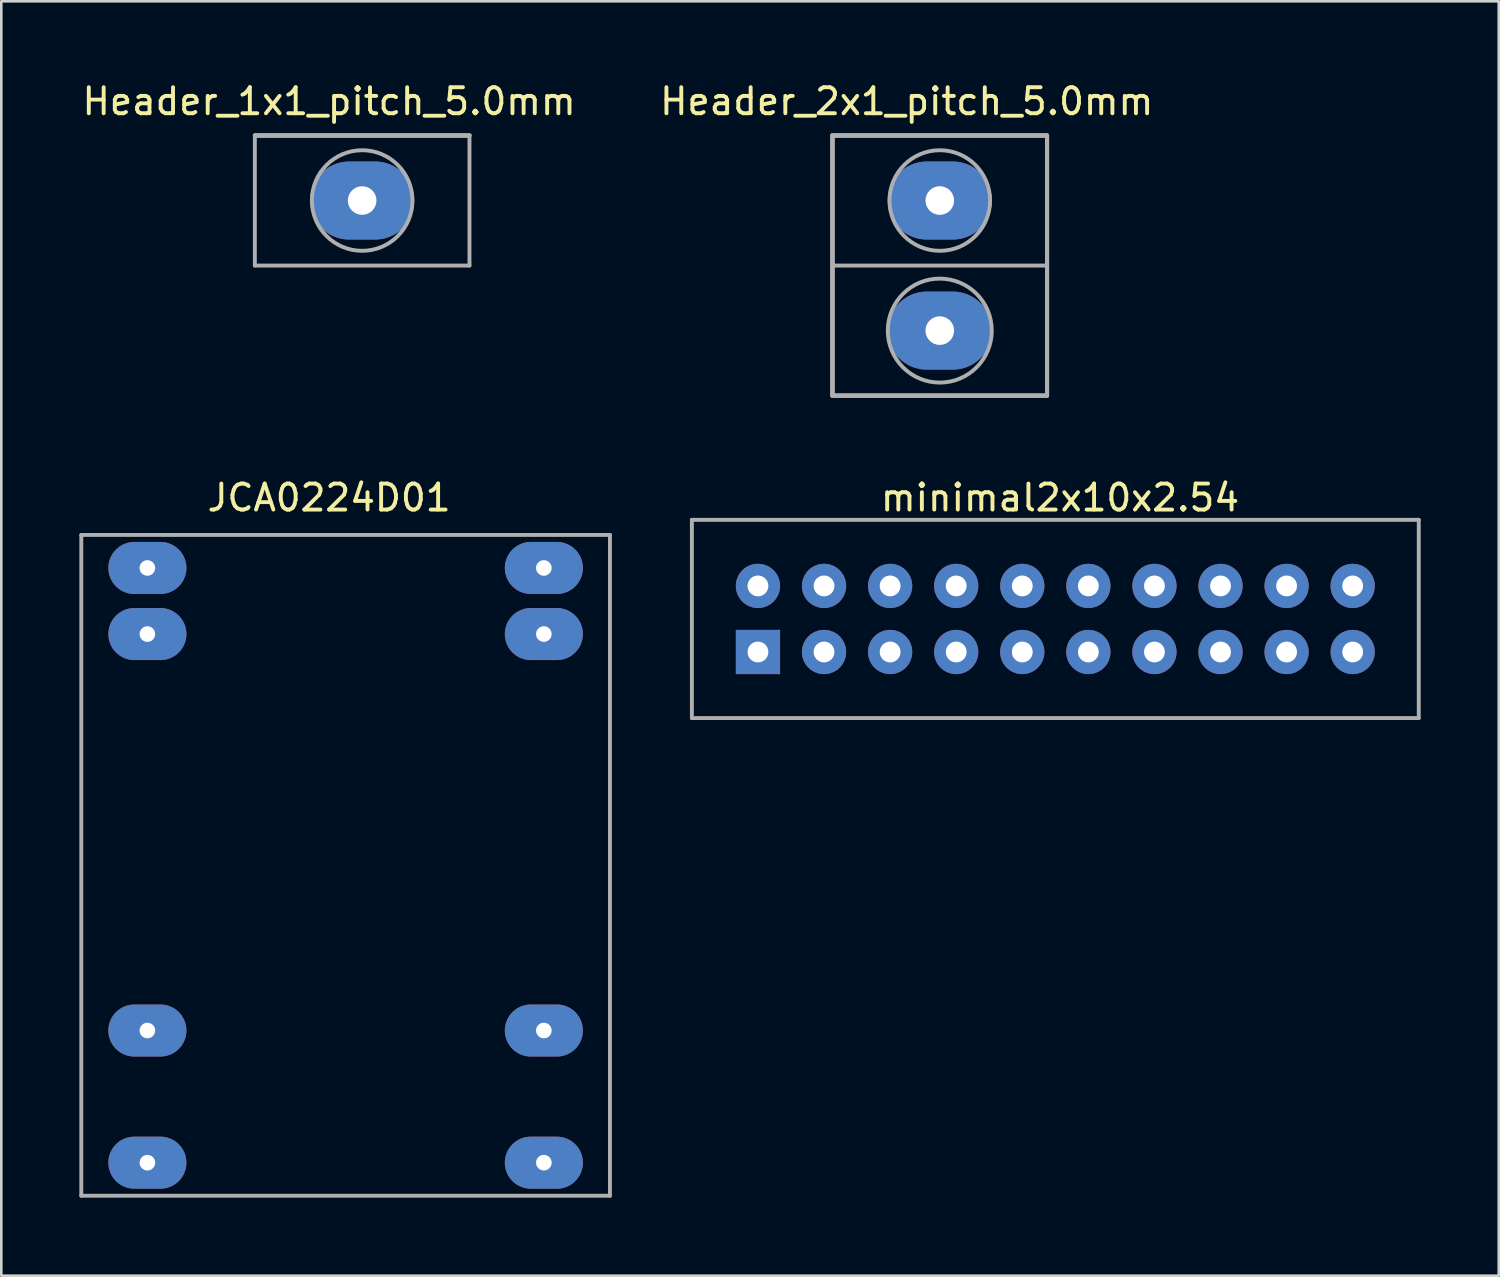
<source format=kicad_pcb>
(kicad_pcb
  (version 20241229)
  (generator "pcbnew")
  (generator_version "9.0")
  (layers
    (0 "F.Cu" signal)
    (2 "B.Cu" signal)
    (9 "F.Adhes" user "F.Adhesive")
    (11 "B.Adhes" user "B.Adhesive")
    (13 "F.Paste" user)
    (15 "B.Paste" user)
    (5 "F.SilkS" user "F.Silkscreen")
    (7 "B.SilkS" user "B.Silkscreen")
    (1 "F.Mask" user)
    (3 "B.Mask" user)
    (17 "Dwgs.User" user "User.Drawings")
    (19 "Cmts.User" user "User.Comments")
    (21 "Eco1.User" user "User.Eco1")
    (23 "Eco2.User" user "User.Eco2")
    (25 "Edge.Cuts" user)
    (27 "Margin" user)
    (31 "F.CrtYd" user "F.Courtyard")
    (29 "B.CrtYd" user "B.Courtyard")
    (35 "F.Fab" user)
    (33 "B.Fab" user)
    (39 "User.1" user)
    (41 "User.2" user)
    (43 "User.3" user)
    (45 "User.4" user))
  (footprint "JCA0224D01"
    (layer "F.Cu")
    (at 2.615 18.782)
    (property "Reference" "JCA0224D01" (at 6.985 -2.7 0) (layer "F.SilkS") (effects (font (size 1 1) (thickness 0.15))))
    (attr through_hole)
    (fp_line (start -2.54 -1.27) (end 17.78 -1.27) (stroke (width 0.15) (type solid)) (layer "F.Fab"))
    (fp_line (start -2.54 24.13) (end -2.54 -1.27) (stroke (width 0.15) (type solid)) (layer "F.Fab"))
    (fp_line (start 17.78 -1.27) (end 17.78 24.13) (stroke (width 0.15) (type solid)) (layer "F.Fab"))
    (fp_line (start 17.78 24.13) (end -2.54 24.13) (stroke (width 0.15) (type solid)) (layer "F.Fab"))
    (pad "2" thru_hole oval (at 0 0) (size 3 2) (drill 0.6) (layers "*.Cu" "*.Mask"))
    (pad "3" thru_hole oval (at 0 2.54) (size 3 2) (drill 0.6) (layers "*.Cu" "*.Mask"))
    (pad "9" thru_hole oval (at 0 17.78) (size 3 2) (drill 0.6) (layers "*.Cu" "*.Mask"))
    (pad "11" thru_hole oval (at 0 22.86) (size 3 2) (drill 0.6) (layers "*.Cu" "*.Mask"))
    (pad "14" thru_hole oval (at 15.24 22.86) (size 3 2) (drill 0.6) (layers "*.Cu" "*.Mask"))
    (pad "16" thru_hole oval (at 15.24 17.78) (size 3 2) (drill 0.6) (layers "*.Cu" "*.Mask"))
    (pad "22" thru_hole oval (at 15.24 2.54) (size 3 2) (drill 0.6) (layers "*.Cu" "*.Mask"))
    (pad "23" thru_hole oval (at 15.24 0) (size 3 2) (drill 0.6) (layers "*.Cu" "*.Mask")))
  (footprint "Header_1x1_pitch_5.0mm"
    (layer "F.Cu")
    (at 10.871 4.658)
    (property "Reference" "Header_1x1_pitch_5.0mm" (at -1.27 -3.81 0) (layer "F.SilkS") (effects (font (size 1 1) (thickness 0.15))))
    (attr through_hole)
    (fp_line (start -4.125 -2.5) (end 4.125 -2.5) (stroke (width 0.15) (type solid)) (layer "F.Fab"))
    (fp_line (start -4.125 -2.5) (end 4.125 -2.5) (stroke (width 0.15) (type solid)) (layer "F.Fab"))
    (fp_line (start -4.125 -2.5) (end 4.125 -2.5) (stroke (width 0.15) (type solid)) (layer "F.Fab"))
    (fp_line (start -4.125 -2.5) (end 4.125 -2.5) (stroke (width 0.15) (type solid)) (layer "F.Fab"))
    (fp_line (start -4.125 2.5) (end -4.125 -2.5) (stroke (width 0.15) (type solid)) (layer "F.Fab"))
    (fp_line (start -4.125 2.5) (end 4.125 2.5) (stroke (width 0.15) (type solid)) (layer "F.Fab"))
    (fp_line (start 4.125 -2.5) (end 4.125 2.5) (stroke (width 0.15) (type solid)) (layer "F.Fab"))
    (fp_circle (center 0 0) (end 1.25 -1.475) (stroke (width 0.15) (type solid)) (fill no) (layer "F.Fab"))
    (pad "1" thru_hole oval (at 0 0) (size 4 3) (drill 1.1) (layers "*.Cu" "*.Mask")))
  (footprint "minimal2x10x2.54"
    (layer "F.Cu")
    (at 26.085 22.012)
    (property "Reference" "minimal2x10x2.54" (at 11.61 -5.93 0) (layer "F.SilkS") (effects (font (size 1 1) (thickness 0.15))))
    (attr through_hole)
    (fp_line (start -2.54 -5.08) (end -2.54 2.54) (stroke (width 0.15) (type solid)) (layer "F.Fab"))
    (fp_line (start -2.54 2.54) (end 25.4 2.54) (stroke (width 0.15) (type solid)) (layer "F.Fab"))
    (fp_line (start 25.4 -5.08) (end -2.54 -5.08) (stroke (width 0.15) (type solid)) (layer "F.Fab"))
    (fp_line (start 25.4 2.54) (end 25.4 -5.08) (stroke (width 0.15) (type solid)) (layer "F.Fab"))
    (pad "1" thru_hole rect (at 0 0) (size 1.7 1.7) (drill 0.8) (layers "*.Cu" "*.Mask"))
    (pad "2" thru_hole circle (at 0 -2.54) (size 1.7 1.7) (drill 0.8) (layers "*.Cu" "*.Mask"))
    (pad "3" thru_hole circle (at 2.54 0) (size 1.7 1.7) (drill 0.8) (layers "*.Cu" "*.Mask"))
    (pad "4" thru_hole circle (at 2.54 -2.54) (size 1.7 1.7) (drill 0.8) (layers "*.Cu" "*.Mask"))
    (pad "5" thru_hole circle (at 5.08 0) (size 1.7 1.7) (drill 0.8) (layers "*.Cu" "*.Mask"))
    (pad "6" thru_hole circle (at 5.08 -2.54) (size 1.7 1.7) (drill 0.8) (layers "*.Cu" "*.Mask"))
    (pad "7" thru_hole circle (at 7.62 0) (size 1.7 1.7) (drill 0.8) (layers "*.Cu" "*.Mask"))
    (pad "8" thru_hole circle (at 7.62 -2.54) (size 1.7 1.7) (drill 0.8) (layers "*.Cu" "*.Mask"))
    (pad "9" thru_hole circle (at 10.16 0) (size 1.7 1.7) (drill 0.8) (layers "*.Cu" "*.Mask"))
    (pad "10" thru_hole circle (at 10.16 -2.54) (size 1.7 1.7) (drill 0.8) (layers "*.Cu" "*.Mask"))
    (pad "11" thru_hole circle (at 12.7 0) (size 1.7 1.7) (drill 0.8) (layers "*.Cu" "*.Mask"))
    (pad "12" thru_hole circle (at 12.7 -2.54) (size 1.7 1.7) (drill 0.8) (layers "*.Cu" "*.Mask"))
    (pad "13" thru_hole circle (at 15.24 0) (size 1.7 1.7) (drill 0.8) (layers "*.Cu" "*.Mask"))
    (pad "14" thru_hole circle (at 15.24 -2.54) (size 1.7 1.7) (drill 0.8) (layers "*.Cu" "*.Mask"))
    (pad "15" thru_hole circle (at 17.78 0) (size 1.7 1.7) (drill 0.8) (layers "*.Cu" "*.Mask"))
    (pad "16" thru_hole circle (at 17.78 -2.54) (size 1.7 1.7) (drill 0.8) (layers "*.Cu" "*.Mask"))
    (pad "17" thru_hole circle (at 20.32 0) (size 1.7 1.7) (drill 0.8) (layers "*.Cu" "*.Mask"))
    (pad "18" thru_hole circle (at 20.32 -2.54) (size 1.7 1.7) (drill 0.8) (layers "*.Cu" "*.Mask"))
    (pad "19" thru_hole circle (at 22.86 0) (size 1.7 1.7) (drill 0.8) (layers "*.Cu" "*.Mask"))
    (pad "20" thru_hole circle (at 22.86 -2.54) (size 1.7 1.7) (drill 0.8) (layers "*.Cu" "*.Mask")))
  (footprint "Header_2x1_pitch_5.0mm"
    (layer "F.Cu")
    (at 33.074 4.658)
    (property "Reference" "Header_2x1_pitch_5.0mm" (at -1.27 -3.81 0) (layer "F.SilkS") (effects (font (size 1 1) (thickness 0.15))))
    (attr through_hole)
    (fp_line (start -4.125 -2.5) (end -4.125 7.5) (stroke (width 0.15) (type solid)) (layer "F.Fab"))
    (fp_line (start -4.125 -2.5) (end -4.125 7.5) (stroke (width 0.15) (type solid)) (layer "F.Fab"))
    (fp_line (start -4.125 -2.5) (end -4.125 7.5) (stroke (width 0.15) (type solid)) (layer "F.Fab"))
    (fp_line (start -4.125 -2.5) (end -4.125 7.5) (stroke (width 0.15) (type solid)) (layer "F.Fab"))
    (fp_line (start -4.125 -2.5) (end 4.125 -2.5) (stroke (width 0.15) (type solid)) (layer "F.Fab"))
    (fp_line (start -4.125 -2.5) (end 4.125 -2.5) (stroke (width 0.15) (type solid)) (layer "F.Fab"))
    (fp_line (start -4.125 -2.5) (end 4.125 -2.5) (stroke (width 0.15) (type solid)) (layer "F.Fab"))
    (fp_line (start -4.125 -2.5) (end 4.125 -2.5) (stroke (width 0.15) (type solid)) (layer "F.Fab"))
    (fp_line (start -4.125 2.5) (end 4.125 2.5) (stroke (width 0.15) (type solid)) (layer "F.Fab"))
    (fp_line (start -4.125 7.5) (end 4.125 7.5) (stroke (width 0.15) (type solid)) (layer "F.Fab"))
    (fp_line (start -4.125 7.5) (end 4.125 7.5) (stroke (width 0.15) (type solid)) (layer "F.Fab"))
    (fp_line (start -4.125 7.5) (end 4.125 7.5) (stroke (width 0.15) (type solid)) (layer "F.Fab"))
    (fp_line (start -4.125 7.5) (end 4.125 7.5) (stroke (width 0.15) (type solid)) (layer "F.Fab"))
    (fp_line (start 4.125 -2.5) (end 4.125 7.5) (stroke (width 0.15) (type solid)) (layer "F.Fab"))
    (fp_line (start 4.125 -2.5) (end 4.125 7.5) (stroke (width 0.15) (type solid)) (layer "F.Fab"))
    (fp_line (start 4.125 -2.5) (end 4.125 7.5) (stroke (width 0.15) (type solid)) (layer "F.Fab"))
    (fp_line (start 4.125 -2.5) (end 4.125 7.5) (stroke (width 0.15) (type solid)) (layer "F.Fab"))
    (fp_circle (center 0 0) (end 1.25 -1.475) (stroke (width 0.15) (type solid)) (fill no) (layer "F.Fab"))
    (fp_circle (center 0 5) (end 1.375 3.55) (stroke (width 0.15) (type solid)) (fill no) (layer "F.Fab"))
    (pad "1" thru_hole oval (at 0 0) (size 4 3) (drill 1.1) (layers "*.Cu" "*.Mask"))
    (pad "2" thru_hole oval (at 0 5) (size 4 3) (drill 1.1) (layers "*.Cu" "*.Mask")))
  (gr_rect
    (start -3 -3)
    (end 54.56 45.986)
    (stroke (width 0.1) (type default))
    (fill no)
    (layer "Edge.Cuts")))
</source>
